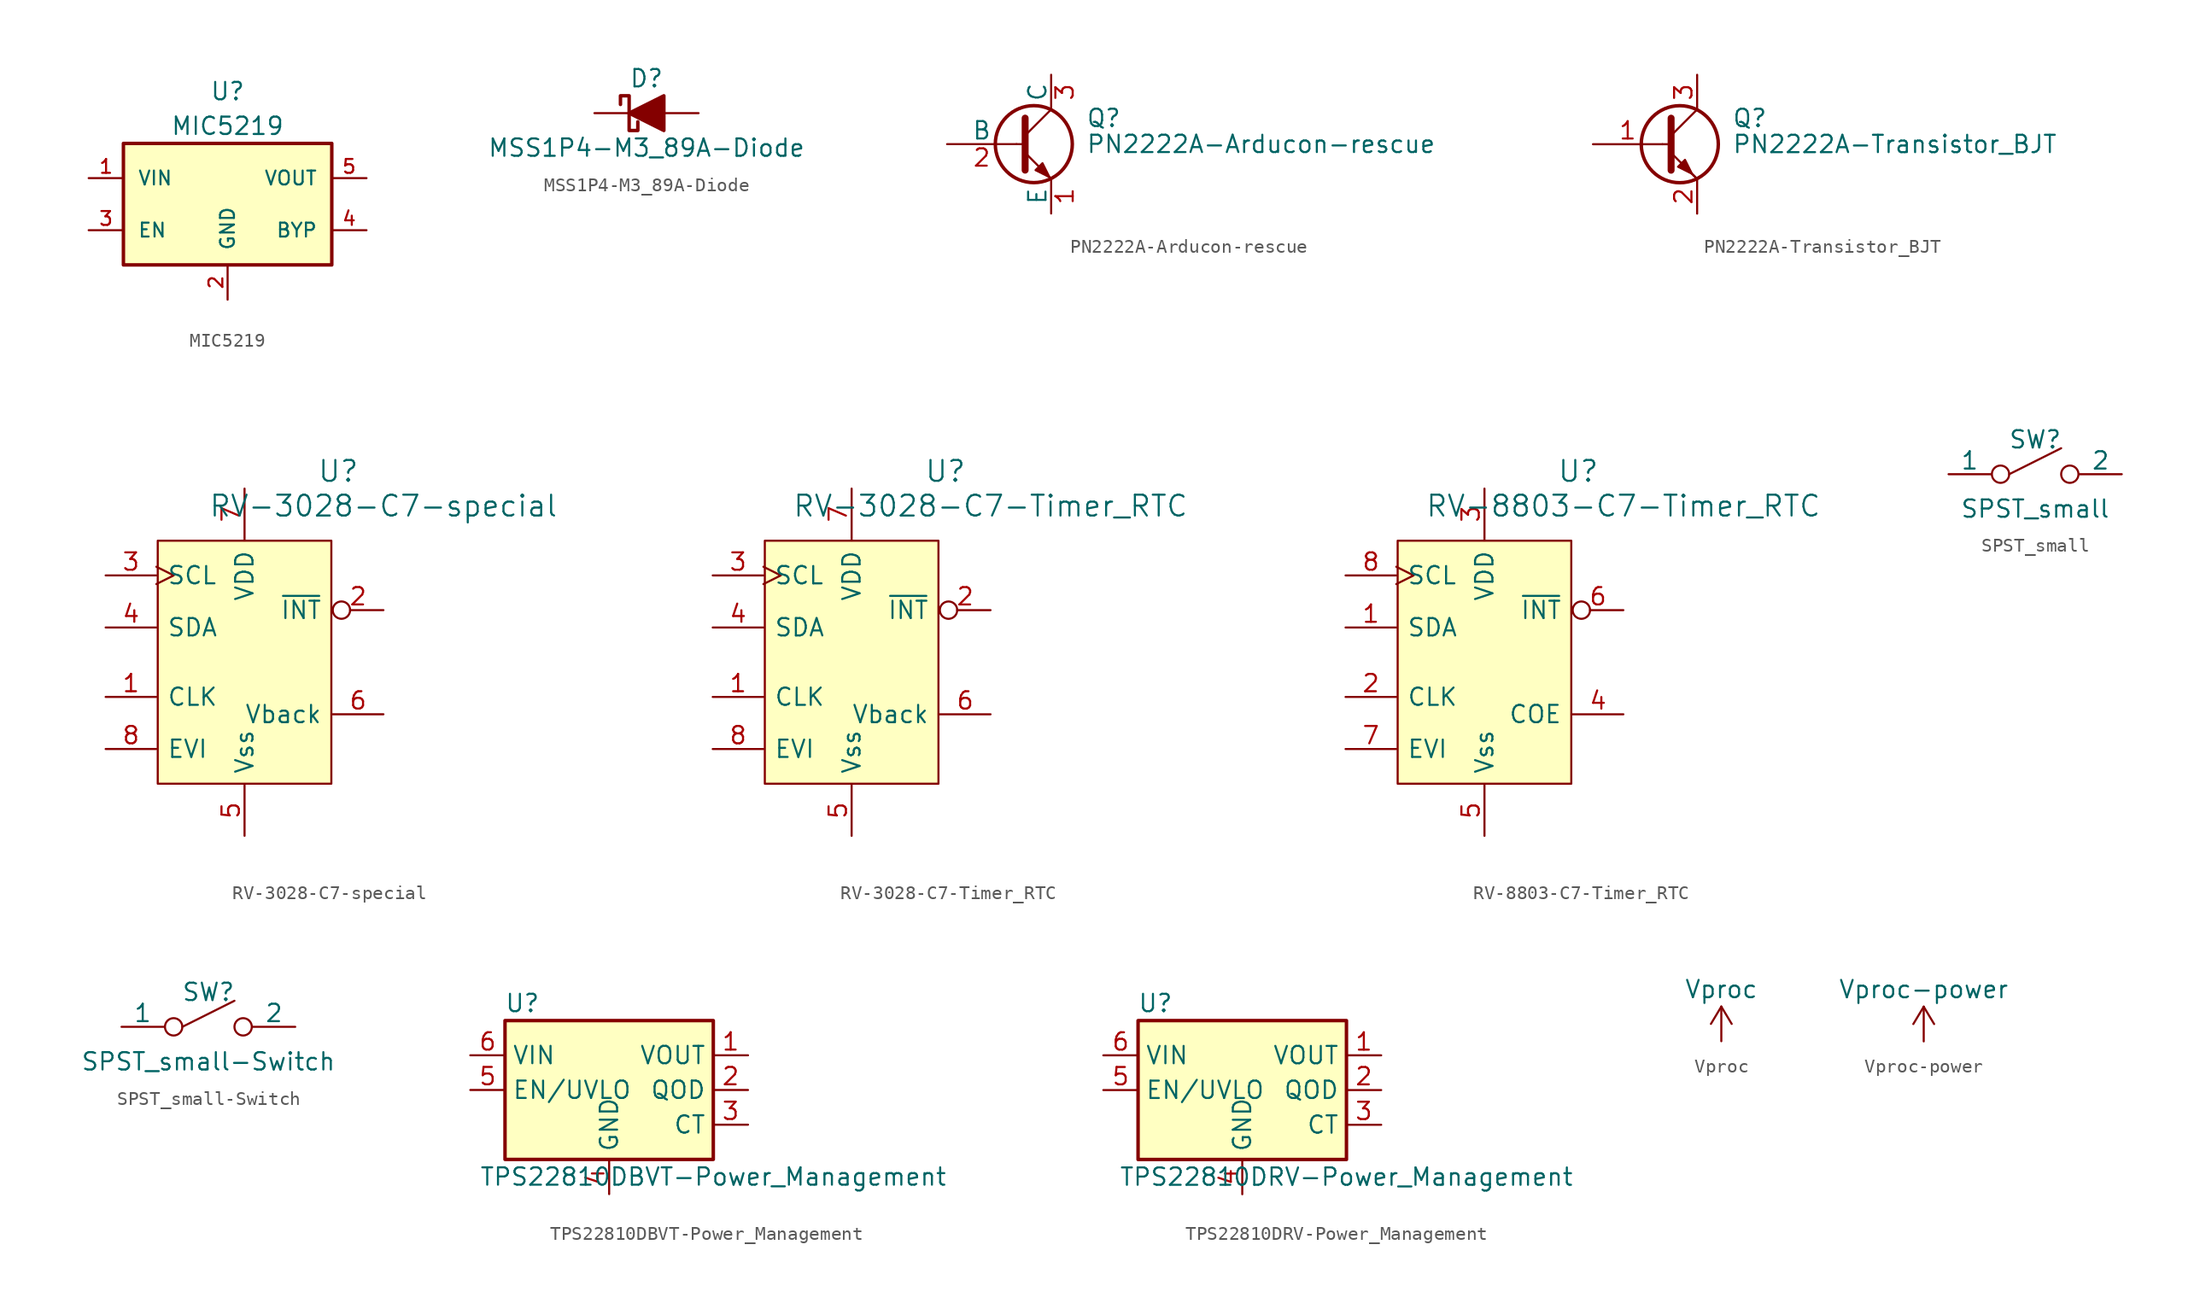
<source format=kicad_sym>
(kicad_symbol_lib
  (version 20211014)
  (generator kicad_symbol_editor)
  (symbol "MIC5219"
    (pin_names
      (offset 1.016))
    (property "Reference" "U"
      (at 0 7.62 0)
      (effects (font (size 1.27 1.27))))
    (property "Value" "MIC5219"
      (at 0 5.08 0)
      (effects (font (size 1.27 1.27))))
    (property "Datasheet" ""
      (at 0 0 0)
      (effects (font (size 1.27 1.27))))
    (symbol "MIC5219_0_1"
      (rectangle (start -7.62 3.81) (end 7.62 -5.08) (stroke (width 0.254) (type default) (color 0 0 0 0)) (fill (type background))))
    (symbol "MIC5219_1_1"
      (pin power_in line (at -10.16 1.27 0) (length 2.54) (name "VIN" (effects (font (size 1.016 1.016)))) (number "1" (effects (font (size 1.016 1.016)))))
      (pin power_in line (at 0 -7.62 90) (length 2.54) (name "GND" (effects (font (size 1.016 1.016)))) (number "2" (effects (font (size 1.016 1.016)))))
      (pin input line (at -10.16 -2.54 0) (length 2.54) (name "EN" (effects (font (size 1.016 1.016)))) (number "3" (effects (font (size 1.016 1.016)))))
      (pin passive line (at 10.16 -2.54 180) (length 2.54) (name "BYP" (effects (font (size 1.016 1.016)))) (number "4" (effects (font (size 1.016 1.016)))))
      (pin power_out line (at 10.16 1.27 180) (length 2.54) (name "VOUT" (effects (font (size 1.016 1.016)))) (number "5" (effects (font (size 1.016 1.016)))))))
  (symbol "MSS1P4-M3_89A-Diode"
    (pin_numbers hide)
    (pin_names
      (offset 1.016) hide)
    (property "Reference" "D"
      (at 0 2.54 0)
      (effects (font (size 1.27 1.27))))
    (property "Value" "MSS1P4-M3_89A-Diode"
      (at 0 -2.54 0)
      (effects (font (size 1.27 1.27))))
    (symbol "MSS1P4-M3_89A-Diode_0_1"
      (polyline (pts (xy 1.27 0) (xy -1.27 0)) (stroke (width 0) (type default) (color 0 0 0 0)) (fill (type none)))
      (polyline (pts (xy 1.27 1.27) (xy 1.27 -1.27) (xy -1.27 0) (xy 1.27 1.27)) (stroke (width 0.254) (type default) (color 0 0 0 0)) (fill (type outline)))
      (polyline (pts (xy -1.905 0.635) (xy -1.905 1.27) (xy -1.27 1.27) (xy -1.27 -1.27) (xy -0.635 -1.27) (xy -0.635 -0.635)) (stroke (width 0.254) (type default) (color 0 0 0 0)) (fill (type none))))
    (symbol "MSS1P4-M3_89A-Diode_1_1"
      (pin passive line (at -3.81 0 0) (length 2.54) (name "K" (effects (font (size 1.27 1.27)))) (number "1" (effects (font (size 1.27 1.27)))))
      (pin passive line (at 3.81 0 180) (length 2.54) (name "A" (effects (font (size 1.27 1.27)))) (number "2" (effects (font (size 1.27 1.27)))))))
  (symbol "PN2222A-Arducon-rescue"
    (pin_names
      (offset 0))
    (property "Reference" "Q"
      (at 5.08 1.905 0)
      (effects (font (size 1.27 1.27)) (justify left)))
    (property "Value" "PN2222A-Arducon-rescue"
      (at 5.08 0 0)
      (effects (font (size 1.27 1.27)) (justify left)))
    (symbol "PN2222A-Arducon-rescue_0_1"
      (polyline (pts (xy 0 0) (xy 0.635 0)) (stroke (width 0) (type default) (color 0 0 0 0)) (fill (type none)))
      (polyline (pts (xy 2.54 -2.54) (xy 0.635 -0.635)) (stroke (width 0) (type default) (color 0 0 0 0)) (fill (type none)))
      (polyline (pts (xy 2.54 2.54) (xy 0.635 0.635)) (stroke (width 0) (type default) (color 0 0 0 0)) (fill (type none)))
      (polyline (pts (xy 0.635 1.905) (xy 0.635 -1.905) (xy 0.635 -1.905)) (stroke (width 0.508) (type default) (color 0 0 0 0)) (fill (type none)))
      (polyline (pts (xy 2.413 -2.413) (xy 1.905 -1.905) (xy 1.905 -1.905)) (stroke (width 0) (type default) (color 0 0 0 0)) (fill (type none)))
      (polyline (pts (xy 1.397 -1.905) (xy 1.905 -1.397) (xy 2.413 -2.413) (xy 1.397 -1.905) (xy 1.397 -1.905)) (stroke (width 0) (type default) (color 0 0 0 0)) (fill (type outline)))
      (circle (center 1.27 0) (radius 2.819) (stroke (width 0.254) (type default) (color 0 0 0 0)) (fill (type none))))
    (symbol "PN2222A-Arducon-rescue_1_1"
      (pin passive line (at 2.54 -5.08 90) (length 2.54) (name "E" (effects (font (size 1.27 1.27)))) (number "1" (effects (font (size 1.27 1.27)))))
      (pin input line (at -5.08 0 0) (length 5.08) (name "B" (effects (font (size 1.27 1.27)))) (number "2" (effects (font (size 1.27 1.27)))))
      (pin passive line (at 2.54 5.08 270) (length 2.54) (name "C" (effects (font (size 1.27 1.27)))) (number "3" (effects (font (size 1.27 1.27)))))))
  (symbol "PN2222A-Transistor_BJT"
    (pin_names
      (offset 0) hide)
    (property "Reference" "Q"
      (at 5.08 1.905 0)
      (effects (font (size 1.27 1.27)) (justify left)))
    (property "Value" "PN2222A-Transistor_BJT"
      (at 5.08 0 0)
      (effects (font (size 1.27 1.27)) (justify left)))
    (symbol "PN2222A-Transistor_BJT_0_1"
      (polyline (pts (xy 0 0) (xy 0.635 0)) (stroke (width 0) (type default) (color 0 0 0 0)) (fill (type none)))
      (polyline (pts (xy 2.54 -2.54) (xy 0.635 -0.635)) (stroke (width 0) (type default) (color 0 0 0 0)) (fill (type none)))
      (polyline (pts (xy 2.54 2.54) (xy 0.635 0.635)) (stroke (width 0) (type default) (color 0 0 0 0)) (fill (type none)))
      (polyline (pts (xy 0.635 1.905) (xy 0.635 -1.905) (xy 0.635 -1.905)) (stroke (width 0.508) (type default) (color 0 0 0 0)) (fill (type none)))
      (polyline (pts (xy 2.413 -2.413) (xy 1.905 -1.905) (xy 1.905 -1.905)) (stroke (width 0) (type default) (color 0 0 0 0)) (fill (type none)))
      (polyline (pts (xy 1.143 -1.651) (xy 1.651 -1.143) (xy 2.159 -2.159) (xy 1.143 -1.651) (xy 1.143 -1.651)) (stroke (width 0) (type default) (color 0 0 0 0)) (fill (type outline)))
      (circle (center 1.27 0) (radius 2.819) (stroke (width 0.254) (type default) (color 0 0 0 0)) (fill (type none))))
    (symbol "PN2222A-Transistor_BJT_1_1"
      (pin input line (at -5.08 0 0) (length 5.08) (name "B" (effects (font (size 1.27 1.27)))) (number "1" (effects (font (size 1.27 1.27)))))
      (pin passive line (at 2.54 -5.08 90) (length 2.54) (name "E" (effects (font (size 1.27 1.27)))) (number "2" (effects (font (size 1.27 1.27)))))
      (pin passive line (at 2.54 5.08 270) (length 2.54) (name "C" (effects (font (size 1.27 1.27)))) (number "3" (effects (font (size 1.27 1.27)))))))
  (symbol "RV-3028-C7-special"
    (pin_names
      (offset 0.762))
    (property "Reference" "U"
      (at 6.858 13.97 0)
      (effects (font (size 1.524 1.524))))
    (property "Value" "RV-3028-C7-special"
      (at 10.16 11.43 0)
      (effects (font (size 1.524 1.524))))
    (property "Footprint" ""
      (at 0 0 0)
      (effects (font (size 1.524 1.524))))
    (property "Datasheet" ""
      (at 0 0 0)
      (effects (font (size 1.524 1.524))))
    (symbol "RV-3028-C7-special_0_1"
      (rectangle (start -6.35 8.89) (end 6.35 -8.89) (stroke (width 0) (type default) (color 0 0 0 0)) (fill (type background))))
    (symbol "RV-3028-C7-special_1_1"
      (pin output line (at -10.16 -2.54 0) (length 3.708) (name "CLK" (effects (font (size 1.27 1.27)))) (number "1" (effects (font (size 1.27 1.27)))))
      (pin output inverted (at 10.16 3.81 180) (length 3.708) (name "~{INT}" (effects (font (size 1.27 1.27)))) (number "2" (effects (font (size 1.27 1.27)))))
      (pin input clock (at -10.16 6.35 0) (length 3.708) (name "SCL" (effects (font (size 1.27 1.27)))) (number "3" (effects (font (size 1.27 1.27)))))
      (pin bidirectional line (at -10.16 2.54 0) (length 3.708) (name "SDA" (effects (font (size 1.27 1.27)))) (number "4" (effects (font (size 1.27 1.27)))))
      (pin power_in line (at 0 -12.7 90) (length 3.708) (name "Vss" (effects (font (size 1.27 1.27)))) (number "5" (effects (font (size 1.27 1.27)))))
      (pin input line (at 10.16 -3.81 180) (length 3.708) (name "Vback" (effects (font (size 1.27 1.27)))) (number "6" (effects (font (size 1.27 1.27)))))
      (pin power_in line (at 0 12.7 270) (length 3.708) (name "VDD" (effects (font (size 1.27 1.27)))) (number "7" (effects (font (size 1.27 1.27)))))
      (pin input line (at -10.16 -6.35 0) (length 3.708) (name "EVI" (effects (font (size 1.27 1.27)))) (number "8" (effects (font (size 1.27 1.27)))))))
  (symbol "RV-3028-C7-Timer_RTC"
    (pin_names
      (offset 0.762))
    (property "Reference" "U"
      (at 6.858 13.97 0)
      (effects (font (size 1.524 1.524))))
    (property "Value" "RV-3028-C7-Timer_RTC"
      (at 10.16 11.43 0)
      (effects (font (size 1.524 1.524))))
    (property "Footprint" ""
      (at 0 0 0)
      (effects (font (size 1.524 1.524))))
    (property "Datasheet" ""
      (at 0 0 0)
      (effects (font (size 1.524 1.524))))
    (symbol "RV-3028-C7-Timer_RTC_0_1"
      (rectangle (start -6.35 8.89) (end 6.35 -8.89) (stroke (width 0) (type default) (color 0 0 0 0)) (fill (type background))))
    (symbol "RV-3028-C7-Timer_RTC_1_1"
      (pin output line (at -10.16 -2.54 0) (length 3.708) (name "CLK" (effects (font (size 1.27 1.27)))) (number "1" (effects (font (size 1.27 1.27)))))
      (pin output inverted (at 10.16 3.81 180) (length 3.708) (name "~{INT}" (effects (font (size 1.27 1.27)))) (number "2" (effects (font (size 1.27 1.27)))))
      (pin input clock (at -10.16 6.35 0) (length 3.708) (name "SCL" (effects (font (size 1.27 1.27)))) (number "3" (effects (font (size 1.27 1.27)))))
      (pin bidirectional line (at -10.16 2.54 0) (length 3.708) (name "SDA" (effects (font (size 1.27 1.27)))) (number "4" (effects (font (size 1.27 1.27)))))
      (pin power_in line (at 0 -12.7 90) (length 3.708) (name "Vss" (effects (font (size 1.27 1.27)))) (number "5" (effects (font (size 1.27 1.27)))))
      (pin input line (at 10.16 -3.81 180) (length 3.708) (name "Vback" (effects (font (size 1.27 1.27)))) (number "6" (effects (font (size 1.27 1.27)))))
      (pin power_in line (at 0 12.7 270) (length 3.708) (name "VDD" (effects (font (size 1.27 1.27)))) (number "7" (effects (font (size 1.27 1.27)))))
      (pin input line (at -10.16 -6.35 0) (length 3.708) (name "EVI" (effects (font (size 1.27 1.27)))) (number "8" (effects (font (size 1.27 1.27)))))))
  (symbol "RV-8803-C7-Timer_RTC"
    (pin_names
      (offset 0.762))
    (property "Reference" "U"
      (at 6.858 13.97 0)
      (effects (font (size 1.524 1.524))))
    (property "Value" "RV-8803-C7-Timer_RTC"
      (at 10.16 11.43 0)
      (effects (font (size 1.524 1.524))))
    (property "Footprint" ""
      (at 0 0 0)
      (effects (font (size 1.524 1.524))))
    (property "Datasheet" ""
      (at 0 0 0)
      (effects (font (size 1.524 1.524))))
    (symbol "RV-8803-C7-Timer_RTC_0_1"
      (rectangle (start -6.35 8.89) (end 6.35 -8.89) (stroke (width 0) (type default) (color 0 0 0 0)) (fill (type background))))
    (symbol "RV-8803-C7-Timer_RTC_1_1"
      (pin bidirectional line (at -10.16 2.54 0) (length 3.708) (name "SDA" (effects (font (size 1.27 1.27)))) (number "1" (effects (font (size 1.27 1.27)))))
      (pin output line (at -10.16 -2.54 0) (length 3.708) (name "CLK" (effects (font (size 1.27 1.27)))) (number "2" (effects (font (size 1.27 1.27)))))
      (pin power_in line (at 0 12.7 270) (length 3.708) (name "VDD" (effects (font (size 1.27 1.27)))) (number "3" (effects (font (size 1.27 1.27)))))
      (pin input line (at 10.16 -3.81 180) (length 3.708) (name "COE" (effects (font (size 1.27 1.27)))) (number "4" (effects (font (size 1.27 1.27)))))
      (pin power_in line (at 0 -12.7 90) (length 3.708) (name "Vss" (effects (font (size 1.27 1.27)))) (number "5" (effects (font (size 1.27 1.27)))))
      (pin output inverted (at 10.16 3.81 180) (length 3.708) (name "~{INT}" (effects (font (size 1.27 1.27)))) (number "6" (effects (font (size 1.27 1.27)))))
      (pin input line (at -10.16 -6.35 0) (length 3.708) (name "EVI" (effects (font (size 1.27 1.27)))) (number "7" (effects (font (size 1.27 1.27)))))
      (pin input clock (at -10.16 6.35 0) (length 3.708) (name "SCL" (effects (font (size 1.27 1.27)))) (number "8" (effects (font (size 1.27 1.27)))))))
  (symbol "SPST_small"
    (pin_numbers hide)
    (pin_names
      (offset 0))
    (property "Reference" "SW"
      (at 0 2.54 0)
      (effects (font (size 1.27 1.27))))
    (property "Value" "SPST_small"
      (at 0 -2.54 0)
      (effects (font (size 1.27 1.27))))
    (property "Footprint" ""
      (at 0 0 0)
      (effects (font (size 1.27 1.27))))
    (property "Datasheet" ""
      (at 0 0 0)
      (effects (font (size 1.27 1.27))))
    (symbol "SPST_small_0_0"
      (polyline (pts (xy -1.905 0) (xy 1.905 1.905)) (stroke (width 0) (type default) (color 0 0 0 0)) (fill (type none))))
    (symbol "SPST_small_0_1"
      (circle (center -2.54 0) (radius 0.635) (stroke (width 0) (type default) (color 0 0 0 0)) (fill (type none)))
      (circle (center 2.54 0) (radius 0.635) (stroke (width 0) (type default) (color 0 0 0 0)) (fill (type none))))
    (symbol "SPST_small_1_1"
      (pin input line (at -6.35 0 0) (length 3.099) (name "1" (effects (font (size 1.27 1.27)))) (number "1" (effects (font (size 1.27 1.27)))))
      (pin input line (at 6.35 0 180) (length 3.099) (name "2" (effects (font (size 1.27 1.27)))) (number "2" (effects (font (size 1.27 1.27)))))))
  (symbol "SPST_small-Switch"
    (pin_numbers hide)
    (pin_names
      (offset 0))
    (property "Reference" "SW"
      (at 0 2.54 0)
      (effects (font (size 1.27 1.27))))
    (property "Value" "SPST_small-Switch"
      (at 0 -2.54 0)
      (effects (font (size 1.27 1.27))))
    (property "Footprint" ""
      (at 0 0 0)
      (effects (font (size 1.27 1.27))))
    (property "Datasheet" ""
      (at 0 0 0)
      (effects (font (size 1.27 1.27))))
    (symbol "SPST_small-Switch_0_0"
      (polyline (pts (xy -1.905 0) (xy 1.905 1.905)) (stroke (width 0) (type default) (color 0 0 0 0)) (fill (type none))))
    (symbol "SPST_small-Switch_0_1"
      (circle (center -2.54 0) (radius 0.635) (stroke (width 0) (type default) (color 0 0 0 0)) (fill (type none)))
      (circle (center 2.54 0) (radius 0.635) (stroke (width 0) (type default) (color 0 0 0 0)) (fill (type none))))
    (symbol "SPST_small-Switch_1_1"
      (pin input line (at -6.35 0 0) (length 3.099) (name "1" (effects (font (size 1.27 1.27)))) (number "1" (effects (font (size 1.27 1.27)))))
      (pin input line (at 6.35 0 180) (length 3.099) (name "2" (effects (font (size 1.27 1.27)))) (number "2" (effects (font (size 1.27 1.27)))))))
  (symbol "TPS22810DBVT-Power_Management"
    (property "Reference" "U"
      (at -6.35 6.35 0)
      (effects (font (size 1.27 1.27))))
    (property "Value" "TPS22810DBVT-Power_Management"
      (at 7.62 -6.35 0)
      (effects (font (size 1.27 1.27))))
    (symbol "TPS22810DBVT-Power_Management_1_1"
      (rectangle (start -7.62 5.08) (end 7.62 -5.08) (stroke (width 0.254) (type default) (color 0 0 0 0)) (fill (type background)))
      (pin power_out line (at 10.16 2.54 180) (length 2.54) (name "VOUT" (effects (font (size 1.27 1.27)))) (number "1" (effects (font (size 1.27 1.27)))))
      (pin open_collector line (at 10.16 0 180) (length 2.54) (name "QOD" (effects (font (size 1.27 1.27)))) (number "2" (effects (font (size 1.27 1.27)))))
      (pin output line (at 10.16 -2.54 180) (length 2.54) (name "CT" (effects (font (size 1.27 1.27)))) (number "3" (effects (font (size 1.27 1.27)))))
      (pin power_in line (at 0 -7.62 90) (length 2.54) (name "GND" (effects (font (size 1.27 1.27)))) (number "4" (effects (font (size 1.27 1.27)))))
      (pin input line (at -10.16 0 0) (length 2.54) (name "EN/UVLO" (effects (font (size 1.27 1.27)))) (number "5" (effects (font (size 1.27 1.27)))))
      (pin power_in line (at -10.16 2.54 0) (length 2.54) (name "VIN" (effects (font (size 1.27 1.27)))) (number "6" (effects (font (size 1.27 1.27)))))))
  (symbol "TPS22810DRV-Power_Management"
    (property "Reference" "U"
      (at -6.35 6.35 0)
      (effects (font (size 1.27 1.27))))
    (property "Value" "TPS22810DRV-Power_Management"
      (at 7.62 -6.35 0)
      (effects (font (size 1.27 1.27))))
    (symbol "TPS22810DRV-Power_Management_1_1"
      (rectangle (start -7.62 5.08) (end 7.62 -5.08) (stroke (width 0.254) (type default) (color 0 0 0 0)) (fill (type background)))
      (pin power_out line (at 10.16 2.54 180) (length 2.54) (name "VOUT" (effects (font (size 1.27 1.27)))) (number "1" (effects (font (size 1.27 1.27)))))
      (pin open_collector line (at 10.16 0 180) (length 2.54) (name "QOD" (effects (font (size 1.27 1.27)))) (number "2" (effects (font (size 1.27 1.27)))))
      (pin output line (at 10.16 -2.54 180) (length 2.54) (name "CT" (effects (font (size 1.27 1.27)))) (number "3" (effects (font (size 1.27 1.27)))))
      (pin power_in line (at 0 -7.62 90) (length 2.54) (name "GND" (effects (font (size 1.27 1.27)))) (number "4" (effects (font (size 1.27 1.27)))))
      (pin input line (at -10.16 0 0) (length 2.54) (name "EN/UVLO" (effects (font (size 1.27 1.27)))) (number "5" (effects (font (size 1.27 1.27)))))
      (pin power_in line (at -10.16 2.54 0) (length 2.54) (name "VIN" (effects (font (size 1.27 1.27)))) (number "6" (effects (font (size 1.27 1.27)))))
      (pin passive line (at 0 -7.62 90) (length 2.54) hide (name "GND" (effects (font (size 1.27 1.27)))) (number "7" (effects (font (size 1.27 1.27)))))))
  (symbol "Vproc"
    (power)
    (pin_names
      (offset 0))
    (property "Reference" "#PWR"
      (at 0 -3.81 0)
      (effects (font (size 1.27 1.27)) hide))
    (property "Value" "Vproc"
      (at 0 3.81 0)
      (effects (font (size 1.27 1.27))))
    (property "Footprint" ""
      (at 0 0 0)
      (effects (font (size 1.27 1.27))))
    (property "Datasheet" ""
      (at 0 0 0)
      (effects (font (size 1.27 1.27))))
    (symbol "Vproc_0_1"
      (polyline (pts (xy -0.762 1.27) (xy 0 2.54)) (stroke (width 0) (type default) (color 0 0 0 0)) (fill (type none)))
      (polyline (pts (xy 0 0) (xy 0 2.54)) (stroke (width 0) (type default) (color 0 0 0 0)) (fill (type none)))
      (polyline (pts (xy 0 2.54) (xy 0.762 1.27)) (stroke (width 0) (type default) (color 0 0 0 0)) (fill (type none))))
    (symbol "Vproc_1_1"
      (pin power_in line (at 0 0 90) (length 0) hide (name "Vproc" (effects (font (size 1.27 1.27)))) (number "1" (effects (font (size 1.27 1.27)))))))
  (symbol "Vproc-power"
    (power)
    (pin_names
      (offset 0))
    (property "Reference" "#PWR"
      (at 0 -3.81 0)
      (effects (font (size 1.27 1.27)) hide))
    (property "Value" "Vproc-power"
      (at 0 3.81 0)
      (effects (font (size 1.27 1.27))))
    (property "Footprint" ""
      (at 0 0 0)
      (effects (font (size 1.27 1.27))))
    (property "Datasheet" ""
      (at 0 0 0)
      (effects (font (size 1.27 1.27))))
    (symbol "Vproc-power_0_1"
      (polyline (pts (xy -0.762 1.27) (xy 0 2.54)) (stroke (width 0) (type default) (color 0 0 0 0)) (fill (type none)))
      (polyline (pts (xy 0 0) (xy 0 2.54)) (stroke (width 0) (type default) (color 0 0 0 0)) (fill (type none)))
      (polyline (pts (xy 0 2.54) (xy 0.762 1.27)) (stroke (width 0) (type default) (color 0 0 0 0)) (fill (type none))))
    (symbol "Vproc-power_1_1"
      (pin power_in line (at 0 0 90) (length 0) hide (name "Vproc" (effects (font (size 1.27 1.27)))) (number "1" (effects (font (size 1.27 1.27))))))))
</source>
